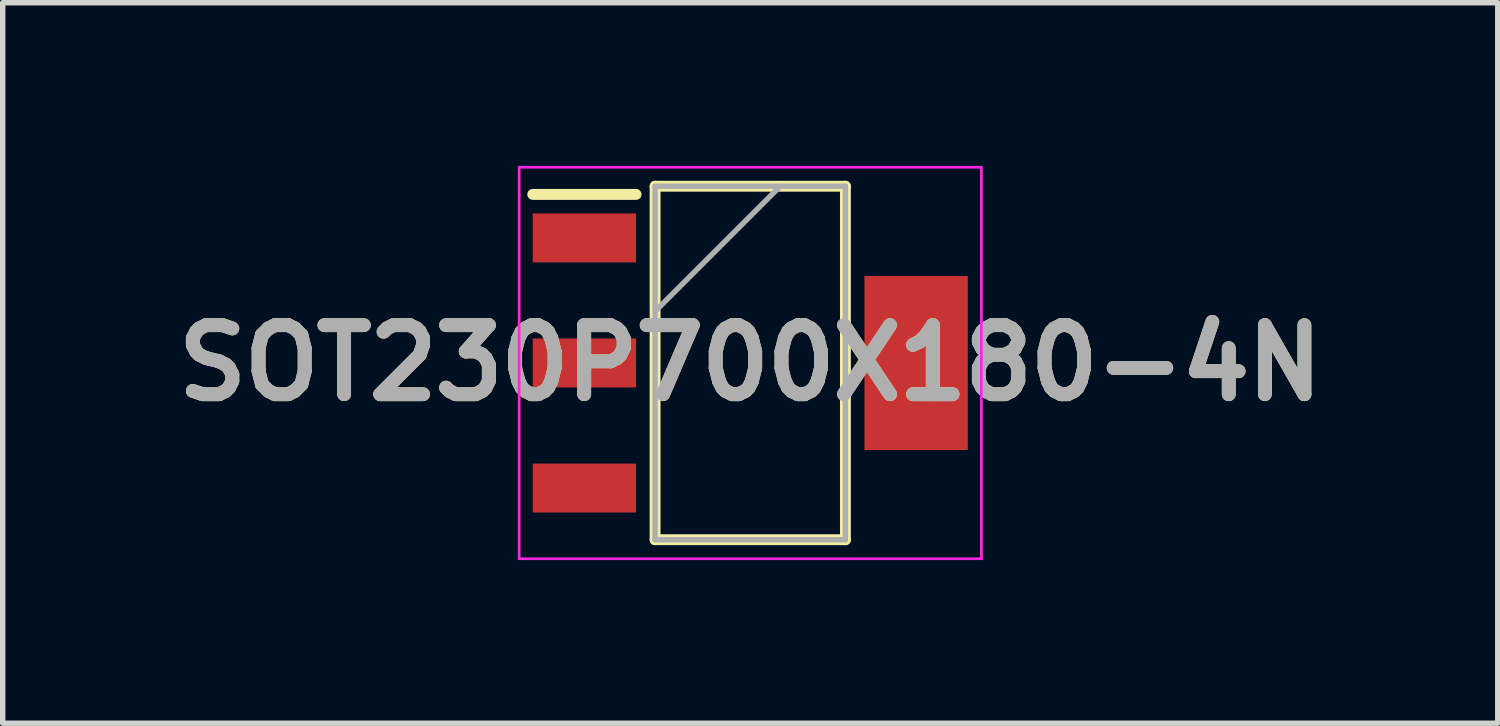
<source format=kicad_pcb>
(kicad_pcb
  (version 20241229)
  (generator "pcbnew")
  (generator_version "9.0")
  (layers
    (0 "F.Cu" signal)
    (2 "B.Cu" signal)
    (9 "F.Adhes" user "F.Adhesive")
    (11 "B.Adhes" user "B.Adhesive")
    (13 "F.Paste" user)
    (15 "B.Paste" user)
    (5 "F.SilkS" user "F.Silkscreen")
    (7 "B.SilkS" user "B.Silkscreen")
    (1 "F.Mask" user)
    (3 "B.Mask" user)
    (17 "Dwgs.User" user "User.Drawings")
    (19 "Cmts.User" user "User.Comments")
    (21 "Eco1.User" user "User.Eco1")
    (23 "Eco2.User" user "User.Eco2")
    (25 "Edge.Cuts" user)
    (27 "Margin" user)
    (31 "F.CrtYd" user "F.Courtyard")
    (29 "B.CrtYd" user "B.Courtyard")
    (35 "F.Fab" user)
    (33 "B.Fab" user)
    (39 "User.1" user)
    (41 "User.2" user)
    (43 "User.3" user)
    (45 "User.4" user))
  (footprint "SOT230P700X180-4N"
    (layer "F.Cu")
    (at 10.747 3.625)
    (property "Reference" "SOT230P700X180-4N" (at 0 0 0) (layer "F.SilkS") (effects (font (size 1.27 1.27) (thickness 0.254))))
    (attr smd)
    (fp_line (start -4 -3.1) (end -2.1 -3.1) (stroke (width 0.2) (type solid)) (layer "F.SilkS"))
    (fp_line (start -1.75 -3.25) (end 1.75 -3.25) (stroke (width 0.2) (type solid)) (layer "F.SilkS"))
    (fp_line (start -1.75 3.25) (end -1.75 -3.25) (stroke (width 0.2) (type solid)) (layer "F.SilkS"))
    (fp_line (start 1.75 -3.25) (end 1.75 3.25) (stroke (width 0.2) (type solid)) (layer "F.SilkS"))
    (fp_line (start 1.75 3.25) (end -1.75 3.25) (stroke (width 0.2) (type solid)) (layer "F.SilkS"))
    (fp_line (start -4.25 -3.6) (end 4.25 -3.6) (stroke (width 0.05) (type solid)) (layer "F.CrtYd"))
    (fp_line (start -4.25 3.6) (end -4.25 -3.6) (stroke (width 0.05) (type solid)) (layer "F.CrtYd"))
    (fp_line (start 4.25 -3.6) (end 4.25 3.6) (stroke (width 0.05) (type solid)) (layer "F.CrtYd"))
    (fp_line (start 4.25 3.6) (end -4.25 3.6) (stroke (width 0.05) (type solid)) (layer "F.CrtYd"))
    (fp_line (start -1.75 -3.25) (end 1.75 -3.25) (stroke (width 0.1) (type solid)) (layer "F.Fab"))
    (fp_line (start -1.75 -0.95) (end 0.55 -3.25) (stroke (width 0.1) (type solid)) (layer "F.Fab"))
    (fp_line (start -1.75 3.25) (end -1.75 -3.25) (stroke (width 0.1) (type solid)) (layer "F.Fab"))
    (fp_line (start 1.75 -3.25) (end 1.75 3.25) (stroke (width 0.1) (type solid)) (layer "F.Fab"))
    (fp_line (start 1.75 3.25) (end -1.75 3.25) (stroke (width 0.1) (type solid)) (layer "F.Fab"))
    (fp_text user "${REFERENCE}" (at 0 0 0) (layer "F.Fab") (effects (font (size 1.27 1.27) (thickness 0.254))))
    (pad "1" smd rect (at -3.05 -2.3 90) (size 0.9 1.9) (layers "F.Cu" "F.Mask" "F.Paste"))
    (pad "2" smd rect (at -3.05 0 90) (size 0.9 1.9) (layers "F.Cu" "F.Mask" "F.Paste"))
    (pad "3" smd rect (at -3.05 2.3 90) (size 0.9 1.9) (layers "F.Cu" "F.Mask" "F.Paste"))
    (pad "4" smd rect (at 3.05 0) (size 1.9 3.2) (layers "F.Cu" "F.Mask" "F.Paste")))
  (gr_rect
    (start -3 -3)
    (end 24.493 10.25)
    (stroke (width 0.1) (type default))
    (fill no)
    (layer "Edge.Cuts")))
</source>
